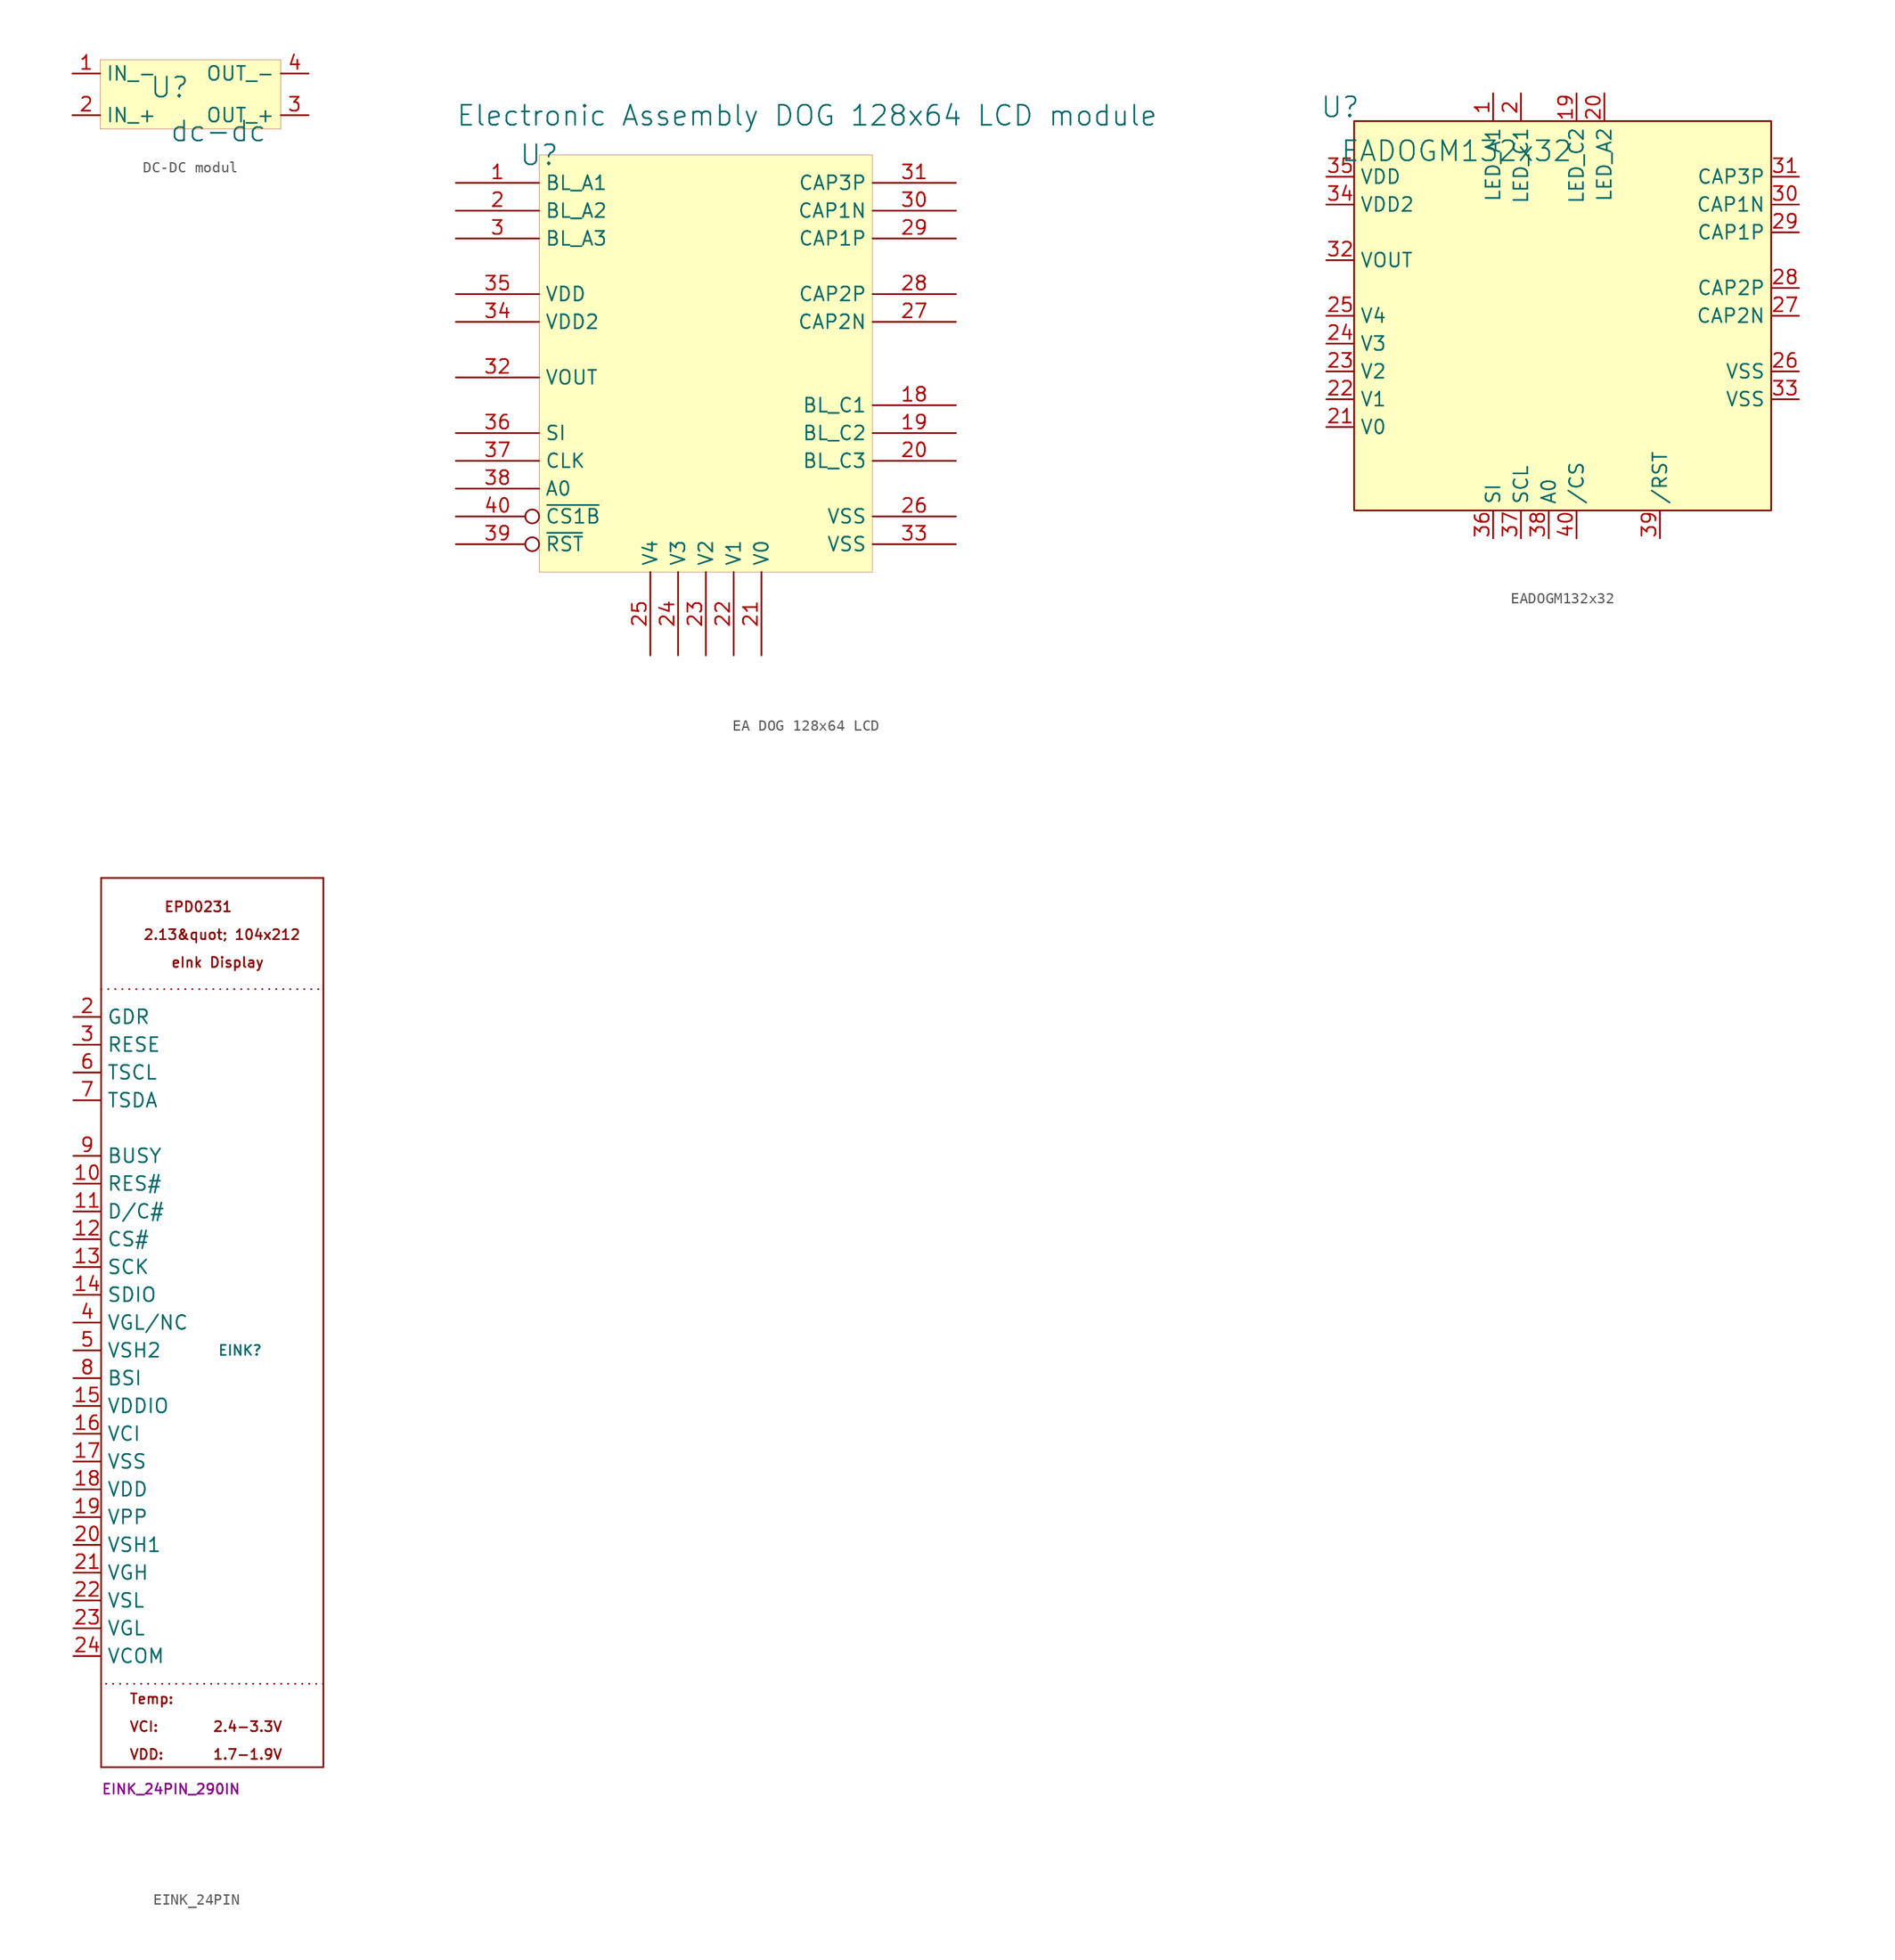
<source format=kicad_sym>
(kicad_symbol_lib
  (version 20241209)
  (generator "kicad_symbol_editor")
  (generator_version "9.0")
  (symbol "DC-DC modul"
    (property "Reference" "U"
      (at -1.27 1.27 0)
      (effects (font (size 1.829 1.829))))
    (property "Value" "dc-dc"
      (at -1.27 -3.81 0)
      (effects (font (size 1.829 1.829)) (justify left bottom)))
    (symbol "DC-DC modul_1_0"
      (rectangle (start 8.89 3.81) (end -7.62 -2.54) (stroke (width 0.025) (type solid) (color 128 0 0 1)) (fill (type background)))
      (pin passive line (at -10.16 2.54 0) (length 2.54) (name "IN_-" (effects (font (size 1.27 1.27)))) (number "1" (effects (font (size 1.27 1.27)))))
      (pin passive line (at -10.16 -1.27 0) (length 2.54) (name "IN_+" (effects (font (size 1.27 1.27)))) (number "2" (effects (font (size 1.27 1.27)))))
      (pin passive line (at 11.43 2.54 180) (length 2.54) (name "OUT_-" (effects (font (size 1.27 1.27)))) (number "4" (effects (font (size 1.27 1.27)))))
      (pin passive line (at 11.43 -1.27 180) (length 2.54) (name "OUT_+" (effects (font (size 1.27 1.27)))) (number "3" (effects (font (size 1.27 1.27)))))))
  (symbol "EA DOG 128x64 LCD"
    (property "Reference" "U"
      (at -15.24 20.32 0)
      (effects (font (size 1.829 1.829))))
    (property "Value" "Electronic Assembly DOG 128x64 LCD module"
      (at -22.86 22.86 0)
      (effects (font (size 1.829 1.829)) (justify left bottom)))
    (symbol "EA DOG 128x64 LCD_1_0"
      (rectangle (start 15.24 20.32) (end -15.24 -17.78) (stroke (width 0.025) (type solid) (color 128 0 0 1)) (fill (type background)))
      (pin passive line (at -22.86 17.78 0) (length 7.62) (name "BL_A1" (effects (font (size 1.27 1.27)))) (number "1" (effects (font (size 1.27 1.27)))))
      (pin passive line (at -22.86 15.24 0) (length 7.62) (name "BL_A2" (effects (font (size 1.27 1.27)))) (number "2" (effects (font (size 1.27 1.27)))))
      (pin passive line (at -22.86 12.7 0) (length 7.62) (name "BL_A3" (effects (font (size 1.27 1.27)))) (number "3" (effects (font (size 1.27 1.27)))))
      (pin passive line (at -22.86 7.62 0) (length 7.62) (name "VDD" (effects (font (size 1.27 1.27)))) (number "35" (effects (font (size 1.27 1.27)))))
      (pin passive line (at -22.86 5.08 0) (length 7.62) (name "VDD2" (effects (font (size 1.27 1.27)))) (number "34" (effects (font (size 1.27 1.27)))))
      (pin passive line (at -22.86 0 0) (length 7.62) (name "VOUT" (effects (font (size 1.27 1.27)))) (number "32" (effects (font (size 1.27 1.27)))))
      (pin input line (at -22.86 -5.08 0) (length 7.62) (name "SI" (effects (font (size 1.27 1.27)))) (number "36" (effects (font (size 1.27 1.27)))))
      (pin input line (at -22.86 -7.62 0) (length 7.62) (name "CLK" (effects (font (size 1.27 1.27)))) (number "37" (effects (font (size 1.27 1.27)))))
      (pin input line (at -22.86 -10.16 0) (length 7.62) (name "A0" (effects (font (size 1.27 1.27)))) (number "38" (effects (font (size 1.27 1.27)))))
      (pin input inverted (at -22.86 -12.7 0) (length 7.62) (name "~{CS1B}" (effects (font (size 1.27 1.27)))) (number "40" (effects (font (size 1.27 1.27)))))
      (pin input inverted (at -22.86 -15.24 0) (length 7.62) (name "~{RST}" (effects (font (size 1.27 1.27)))) (number "39" (effects (font (size 1.27 1.27)))))
      (pin passive line (at -5.08 -25.4 90) (length 7.62) (name "V4" (effects (font (size 1.27 1.27)))) (number "25" (effects (font (size 1.27 1.27)))))
      (pin passive line (at -2.54 -25.4 90) (length 7.62) (name "V3" (effects (font (size 1.27 1.27)))) (number "24" (effects (font (size 1.27 1.27)))))
      (pin passive line (at 0 -25.4 90) (length 7.62) (name "V2" (effects (font (size 1.27 1.27)))) (number "23" (effects (font (size 1.27 1.27)))))
      (pin passive line (at 2.54 -25.4 90) (length 7.62) (name "V1" (effects (font (size 1.27 1.27)))) (number "22" (effects (font (size 1.27 1.27)))))
      (pin passive line (at 5.08 -25.4 90) (length 7.62) (name "V0" (effects (font (size 1.27 1.27)))) (number "21" (effects (font (size 1.27 1.27)))))
      (pin passive line (at 22.86 17.78 180) (length 7.62) (name "CAP3P" (effects (font (size 1.27 1.27)))) (number "31" (effects (font (size 1.27 1.27)))))
      (pin passive line (at 22.86 15.24 180) (length 7.62) (name "CAP1N" (effects (font (size 1.27 1.27)))) (number "30" (effects (font (size 1.27 1.27)))))
      (pin passive line (at 22.86 12.7 180) (length 7.62) (name "CAP1P" (effects (font (size 1.27 1.27)))) (number "29" (effects (font (size 1.27 1.27)))))
      (pin passive line (at 22.86 7.62 180) (length 7.62) (name "CAP2P" (effects (font (size 1.27 1.27)))) (number "28" (effects (font (size 1.27 1.27)))))
      (pin passive line (at 22.86 5.08 180) (length 7.62) (name "CAP2N" (effects (font (size 1.27 1.27)))) (number "27" (effects (font (size 1.27 1.27)))))
      (pin passive line (at 22.86 -2.54 180) (length 7.62) (name "BL_C1" (effects (font (size 1.27 1.27)))) (number "18" (effects (font (size 1.27 1.27)))))
      (pin passive line (at 22.86 -5.08 180) (length 7.62) (name "BL_C2" (effects (font (size 1.27 1.27)))) (number "19" (effects (font (size 1.27 1.27)))))
      (pin passive line (at 22.86 -7.62 180) (length 7.62) (name "BL_C3" (effects (font (size 1.27 1.27)))) (number "20" (effects (font (size 1.27 1.27)))))
      (pin passive line (at 22.86 -12.7 180) (length 7.62) (name "VSS" (effects (font (size 1.27 1.27)))) (number "26" (effects (font (size 1.27 1.27)))))
      (pin passive line (at 22.86 -15.24 180) (length 7.62) (name "VSS" (effects (font (size 1.27 1.27)))) (number "33" (effects (font (size 1.27 1.27)))))))
  (symbol "EADOGM132x32"
    (property "Reference" "U"
      (at -1.27 1.27 0)
      (effects (font (size 1.829 1.829))))
    (property "Value" "EADOGM132x32"
      (at -1.27 -3.81 0)
      (effects (font (size 1.829 1.829)) (justify left bottom)))
    (symbol "EADOGM132x32_1_0"
      (rectangle (start 38.1 0) (end 0 -35.56) (stroke (width 0) (type solid) (color 128 0 0 1)) (fill (type background)))
      (pin passive line (at -2.54 -5.08 0) (length 2.54) (name "VDD" (effects (font (size 1.27 1.27)))) (number "35" (effects (font (size 1.27 1.27)))))
      (pin passive line (at -2.54 -7.62 0) (length 2.54) (name "VDD2" (effects (font (size 1.27 1.27)))) (number "34" (effects (font (size 1.27 1.27)))))
      (pin passive line (at -2.54 -12.7 0) (length 2.54) (name "VOUT" (effects (font (size 1.27 1.27)))) (number "32" (effects (font (size 1.27 1.27)))))
      (pin passive line (at -2.54 -17.78 0) (length 2.54) (name "V4" (effects (font (size 1.27 1.27)))) (number "25" (effects (font (size 1.27 1.27)))))
      (pin passive line (at -2.54 -20.32 0) (length 2.54) (name "V3" (effects (font (size 1.27 1.27)))) (number "24" (effects (font (size 1.27 1.27)))))
      (pin passive line (at -2.54 -22.86 0) (length 2.54) (name "V2" (effects (font (size 1.27 1.27)))) (number "23" (effects (font (size 1.27 1.27)))))
      (pin passive line (at -2.54 -25.4 0) (length 2.54) (name "V1" (effects (font (size 1.27 1.27)))) (number "22" (effects (font (size 1.27 1.27)))))
      (pin passive line (at -2.54 -27.94 0) (length 2.54) (name "V0" (effects (font (size 1.27 1.27)))) (number "21" (effects (font (size 1.27 1.27)))))
      (pin passive line (at 12.7 2.54 270) (length 2.54) (name "LED_A1" (effects (font (size 1.27 1.27)))) (number "1" (effects (font (size 1.27 1.27)))))
      (pin passive line (at 12.7 -38.1 90) (length 2.54) (name "SI" (effects (font (size 1.27 1.27)))) (number "36" (effects (font (size 1.27 1.27)))))
      (pin passive line (at 15.24 2.54 270) (length 2.54) (name "LED_C1" (effects (font (size 1.27 1.27)))) (number "2" (effects (font (size 1.27 1.27)))))
      (pin passive line (at 15.24 -38.1 90) (length 2.54) (name "SCL" (effects (font (size 1.27 1.27)))) (number "37" (effects (font (size 1.27 1.27)))))
      (pin passive line (at 17.78 -38.1 90) (length 2.54) (name "A0" (effects (font (size 1.27 1.27)))) (number "38" (effects (font (size 1.27 1.27)))))
      (pin passive line (at 20.32 2.54 270) (length 2.54) (name "LED_C2" (effects (font (size 1.27 1.27)))) (number "19" (effects (font (size 1.27 1.27)))))
      (pin passive line (at 20.32 -38.1 90) (length 2.54) (name "/CS" (effects (font (size 1.27 1.27)))) (number "40" (effects (font (size 1.27 1.27)))))
      (pin passive line (at 22.86 2.54 270) (length 2.54) (name "LED_A2" (effects (font (size 1.27 1.27)))) (number "20" (effects (font (size 1.27 1.27)))))
      (pin passive line (at 27.94 -38.1 90) (length 2.54) (name "/RST" (effects (font (size 1.27 1.27)))) (number "39" (effects (font (size 1.27 1.27)))))
      (pin passive line (at 40.64 -5.08 180) (length 2.54) (name "CAP3P" (effects (font (size 1.27 1.27)))) (number "31" (effects (font (size 1.27 1.27)))))
      (pin passive line (at 40.64 -7.62 180) (length 2.54) (name "CAP1N" (effects (font (size 1.27 1.27)))) (number "30" (effects (font (size 1.27 1.27)))))
      (pin passive line (at 40.64 -10.16 180) (length 2.54) (name "CAP1P" (effects (font (size 1.27 1.27)))) (number "29" (effects (font (size 1.27 1.27)))))
      (pin passive line (at 40.64 -15.24 180) (length 2.54) (name "CAP2P" (effects (font (size 1.27 1.27)))) (number "28" (effects (font (size 1.27 1.27)))))
      (pin passive line (at 40.64 -17.78 180) (length 2.54) (name "CAP2N" (effects (font (size 1.27 1.27)))) (number "27" (effects (font (size 1.27 1.27)))))
      (pin passive line (at 40.64 -22.86 180) (length 2.54) (name "VSS" (effects (font (size 1.27 1.27)))) (number "26" (effects (font (size 1.27 1.27)))))
      (pin passive line (at 40.64 -25.4 180) (length 2.54) (name "VSS" (effects (font (size 1.27 1.27)))) (number "33" (effects (font (size 1.27 1.27)))))))
  (symbol "EINK_24PIN"
    (property "Reference" "EINK"
      (at 2.54 -2.54 0)
      (effects (font (size 0.914 0.914))))
    (property "Name" "EINK_24PIN_290IN"
      (at -10.16 -43.18 0)
      (effects (font (size 0.914 0.914)) (justify left bottom)))
    (symbol "EINK_24PIN_1_0"
      (polyline (pts (xy -10.16 40.64) (xy -10.16 30.48)) (stroke (width 0) (type solid)) (fill (type none)))
      (polyline (pts (xy -10.16 40.64) (xy 10.16 40.64)) (stroke (width 0) (type solid)) (fill (type none)))
      (polyline (pts (xy -10.16 30.48) (xy 10.16 30.48)) (stroke (width 0) (type dot)) (fill (type none)))
      (polyline (pts (xy -10.16 -33.02) (xy -10.16 30.48)) (stroke (width 0) (type solid)) (fill (type none)))
      (polyline (pts (xy -10.16 -33.02) (xy -10.16 -40.64)) (stroke (width 0) (type solid)) (fill (type none)))
      (polyline (pts (xy -10.16 -40.64) (xy 10.16 -40.64)) (stroke (width 0) (type solid)) (fill (type none)))
      (polyline (pts (xy 10.16 40.64) (xy 10.16 30.48)) (stroke (width 0) (type solid)) (fill (type none)))
      (polyline (pts (xy 10.16 30.48) (xy 10.16 -33.02)) (stroke (width 0) (type solid)) (fill (type none)))
      (polyline (pts (xy 10.16 -33.02) (xy -10.16 -33.02)) (stroke (width 0) (type dot)) (fill (type none)))
      (polyline (pts (xy 10.16 -40.64) (xy 10.16 -33.02)) (stroke (width 0) (type solid)) (fill (type none)))
      (text "Temp:" (at -7.62 -34.925 0) (effects (font (size 0.914 0.914)) (justify left bottom)))
      (text "VCI:" (at -7.62 -37.465 0) (effects (font (size 0.914 0.914)) (justify left bottom)))
      (text "VDD:" (at -7.62 -40.005 0) (effects (font (size 0.914 0.914)) (justify left bottom)))
      (text "2.13&quot; 104x212" (at -6.35 34.925 0) (effects (font (size 0.914 0.914)) (justify left bottom)))
      (text "EPD0231" (at -4.445 37.465 0) (effects (font (size 0.914 0.914)) (justify left bottom)))
      (text "eInk Display" (at -3.81 32.385 0) (effects (font (size 0.914 0.914)) (justify left bottom)))
      (text "" (at 0 -34.925 0) (effects (font (size 0.914 0.914)) (justify left bottom)))
      (text "2.4-3.3V" (at 0 -37.465 0) (effects (font (size 0.914 0.914)) (justify left bottom)))
      (text "1.7-1.9V" (at 0 -40.005 0) (effects (font (size 0.914 0.914)) (justify left bottom)))
      (pin passive line (at -12.7 27.94 0) (length 2.54) (name "GDR" (effects (font (size 1.27 1.27)))) (number "2" (effects (font (size 1.27 1.27)))))
      (pin passive line (at -12.7 25.4 0) (length 2.54) (name "RESE" (effects (font (size 1.27 1.27)))) (number "3" (effects (font (size 1.27 1.27)))))
      (pin passive line (at -12.7 22.86 0) (length 2.54) (name "TSCL" (effects (font (size 1.27 1.27)))) (number "6" (effects (font (size 1.27 1.27)))))
      (pin passive line (at -12.7 20.32 0) (length 2.54) (name "TSDA" (effects (font (size 1.27 1.27)))) (number "7" (effects (font (size 1.27 1.27)))))
      (pin passive line (at -12.7 15.24 0) (length 2.54) (name "BUSY" (effects (font (size 1.27 1.27)))) (number "9" (effects (font (size 1.27 1.27)))))
      (pin passive line (at -12.7 12.7 0) (length 2.54) (name "RES#" (effects (font (size 1.27 1.27)))) (number "10" (effects (font (size 1.27 1.27)))))
      (pin passive line (at -12.7 10.16 0) (length 2.54) (name "D/C#" (effects (font (size 1.27 1.27)))) (number "11" (effects (font (size 1.27 1.27)))))
      (pin passive line (at -12.7 7.62 0) (length 2.54) (name "CS#" (effects (font (size 1.27 1.27)))) (number "12" (effects (font (size 1.27 1.27)))))
      (pin passive line (at -12.7 5.08 0) (length 2.54) (name "SCK" (effects (font (size 1.27 1.27)))) (number "13" (effects (font (size 1.27 1.27)))))
      (pin passive line (at -12.7 2.54 0) (length 2.54) (name "SDIO" (effects (font (size 1.27 1.27)))) (number "14" (effects (font (size 1.27 1.27)))))
      (pin passive line (at -12.7 0 0) (length 2.54) (name "VGL/NC" (effects (font (size 1.27 1.27)))) (number "4" (effects (font (size 1.27 1.27)))))
      (pin passive line (at -12.7 -2.54 0) (length 2.54) (name "VSH2" (effects (font (size 1.27 1.27)))) (number "5" (effects (font (size 1.27 1.27)))))
      (pin passive line (at -12.7 -5.08 0) (length 2.54) (name "BSI" (effects (font (size 1.27 1.27)))) (number "8" (effects (font (size 1.27 1.27)))))
      (pin passive line (at -12.7 -7.62 0) (length 2.54) (name "VDDIO" (effects (font (size 1.27 1.27)))) (number "15" (effects (font (size 1.27 1.27)))))
      (pin passive line (at -12.7 -10.16 0) (length 2.54) (name "VCI" (effects (font (size 1.27 1.27)))) (number "16" (effects (font (size 1.27 1.27)))))
      (pin passive line (at -12.7 -12.7 0) (length 2.54) (name "VSS" (effects (font (size 1.27 1.27)))) (number "17" (effects (font (size 1.27 1.27)))))
      (pin passive line (at -12.7 -15.24 0) (length 2.54) (name "VDD" (effects (font (size 1.27 1.27)))) (number "18" (effects (font (size 1.27 1.27)))))
      (pin passive line (at -12.7 -17.78 0) (length 2.54) (name "VPP" (effects (font (size 1.27 1.27)))) (number "19" (effects (font (size 1.27 1.27)))))
      (pin passive line (at -12.7 -20.32 0) (length 2.54) (name "VSH1" (effects (font (size 1.27 1.27)))) (number "20" (effects (font (size 1.27 1.27)))))
      (pin passive line (at -12.7 -22.86 0) (length 2.54) (name "VGH" (effects (font (size 1.27 1.27)))) (number "21" (effects (font (size 1.27 1.27)))))
      (pin passive line (at -12.7 -25.4 0) (length 2.54) (name "VSL" (effects (font (size 1.27 1.27)))) (number "22" (effects (font (size 1.27 1.27)))))
      (pin passive line (at -12.7 -27.94 0) (length 2.54) (name "VGL" (effects (font (size 1.27 1.27)))) (number "23" (effects (font (size 1.27 1.27)))))
      (pin passive line (at -12.7 -30.48 0) (length 2.54) (name "VCOM" (effects (font (size 1.27 1.27)))) (number "24" (effects (font (size 1.27 1.27))))))))
</source>
